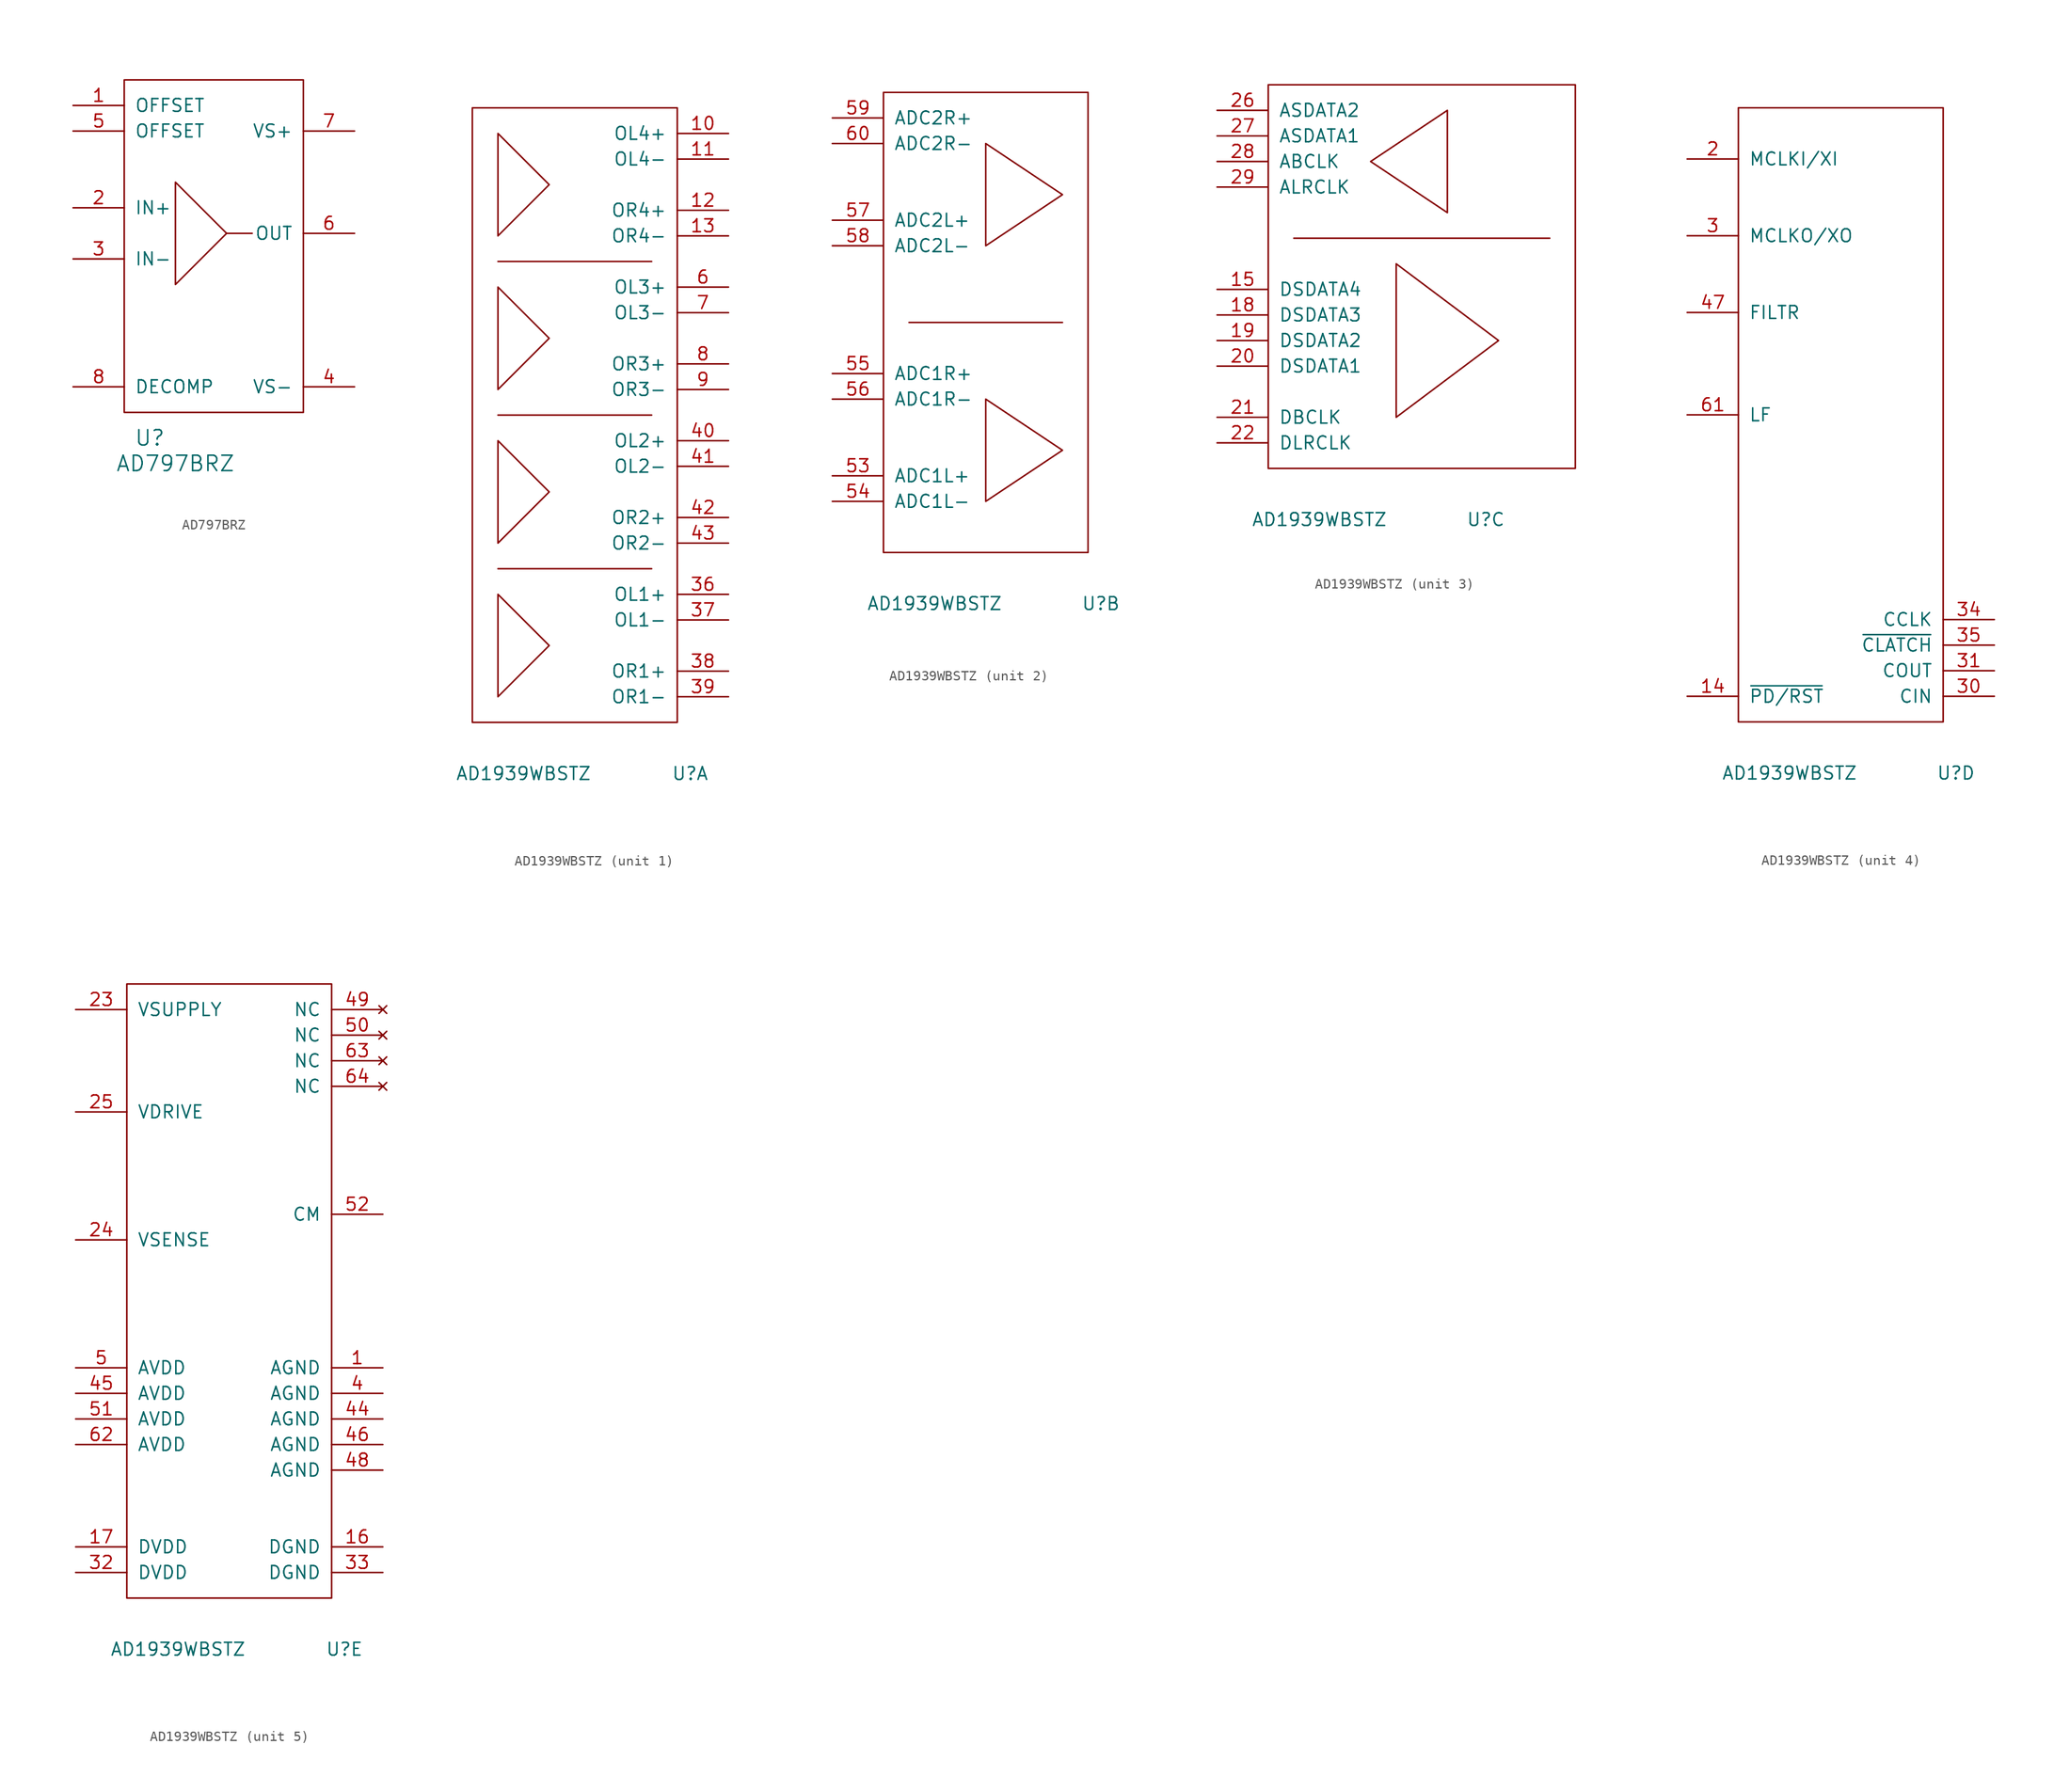
<source format=kicad_sym>
(kicad_symbol_lib
  (version 20220914)
  (generator kicad_symbol_editor)
  (symbol "AD797BRZ"
    (pin_names
      (offset 1.016))
    (property "Reference" "U"
      (at 2.54 -2.54 0)
      (effects (font (size 1.524 1.524))))
    (property "Value" "AD797BRZ"
      (at 5.08 -5.08 0)
      (effects (font (size 1.524 1.524))))
    (property "Footprint" ""
      (at 0 0 0)
      (effects (font (size 1.524 1.524))))
    (property "Datasheet" ""
      (at 0 0 0)
      (effects (font (size 1.524 1.524))))
    (symbol "AD797BRZ_0_1"
      (polyline (pts (xy 10.16 17.78) (xy 12.7 17.78)) (stroke (width 0) (type solid)) (fill (type none)))
      (polyline (pts (xy 10.16 17.78) (xy 5.08 22.86) (xy 5.08 12.7) (xy 10.16 17.78)) (stroke (width 0) (type solid)) (fill (type none))))
    (symbol "AD797BRZ_1_1"
      (rectangle (start 0 0) (end 17.78 33.02) (stroke (width 0) (type solid)) (fill (type none)))
      (pin input line (at -5.08 30.48 0) (length 5.08) (name "OFFSET" (effects (font (size 1.27 1.27)))) (number "1" (effects (font (size 1.27 1.27)))))
      (pin input line (at -5.08 20.32 0) (length 5.08) (name "IN+" (effects (font (size 1.27 1.27)))) (number "2" (effects (font (size 1.27 1.27)))))
      (pin input line (at -5.08 15.24 0) (length 5.08) (name "IN-" (effects (font (size 1.27 1.27)))) (number "3" (effects (font (size 1.27 1.27)))))
      (pin power_in line (at 22.86 2.54 180) (length 5.08) (name "VS-" (effects (font (size 1.27 1.27)))) (number "4" (effects (font (size 1.27 1.27)))))
      (pin input line (at -5.08 27.94 0) (length 5.08) (name "OFFSET" (effects (font (size 1.27 1.27)))) (number "5" (effects (font (size 1.27 1.27)))))
      (pin output line (at 22.86 17.78 180) (length 5.08) (name "OUT" (effects (font (size 1.27 1.27)))) (number "6" (effects (font (size 1.27 1.27)))))
      (pin power_in line (at 22.86 27.94 180) (length 5.08) (name "VS+" (effects (font (size 1.27 1.27)))) (number "7" (effects (font (size 1.27 1.27)))))
      (pin input line (at -5.08 2.54 0) (length 5.08) (name "DECOMP" (effects (font (size 1.27 1.27)))) (number "8" (effects (font (size 1.27 1.27)))))))
  (symbol "AD1939WBSTZ"
    (pin_names
      (offset 1.016))
    (property "Reference" "U"
      (at 21.59 -5.08 0)
      (effects (font (size 1.27 1.27))))
    (property "Value" "AD1939WBSTZ"
      (at 5.08 -5.08 0)
      (effects (font (size 1.27 1.27))))
    (property "ki_locked" ""
      (at 0 0 0)
      (effects (font (size 1.27 1.27))))
    (symbol "AD1939WBSTZ_1_1"
      (polyline (pts (xy 17.78 15.24) (xy 2.54 15.24)) (stroke (width 0) (type solid)) (fill (type none)))
      (polyline (pts (xy 17.78 30.48) (xy 2.54 30.48)) (stroke (width 0) (type solid)) (fill (type none)))
      (polyline (pts (xy 17.78 45.72) (xy 2.54 45.72)) (stroke (width 0) (type solid)) (fill (type none)))
      (polyline (pts (xy 7.62 7.62) (xy 2.54 12.7) (xy 2.54 2.54) (xy 7.62 7.62)) (stroke (width 0) (type solid)) (fill (type none)))
      (polyline (pts (xy 7.62 22.86) (xy 2.54 27.94) (xy 2.54 17.78) (xy 7.62 22.86)) (stroke (width 0) (type solid)) (fill (type none)))
      (polyline (pts (xy 7.62 38.1) (xy 2.54 43.18) (xy 2.54 33.02) (xy 7.62 38.1)) (stroke (width 0) (type solid)) (fill (type none)))
      (polyline (pts (xy 7.62 53.34) (xy 2.54 58.42) (xy 2.54 48.26) (xy 7.62 53.34)) (stroke (width 0) (type solid)) (fill (type none)))
      (rectangle (start 0 0) (end 20.32 60.96) (stroke (width 0) (type solid)) (fill (type none)))
      (pin output line (at 25.4 58.42 180) (length 5.08) (name "OL4+" (effects (font (size 1.27 1.27)))) (number "10" (effects (font (size 1.27 1.27)))))
      (pin output line (at 25.4 55.88 180) (length 5.08) (name "OL4-" (effects (font (size 1.27 1.27)))) (number "11" (effects (font (size 1.27 1.27)))))
      (pin output line (at 25.4 50.8 180) (length 5.08) (name "OR4+" (effects (font (size 1.27 1.27)))) (number "12" (effects (font (size 1.27 1.27)))))
      (pin output line (at 25.4 48.26 180) (length 5.08) (name "OR4-" (effects (font (size 1.27 1.27)))) (number "13" (effects (font (size 1.27 1.27)))))
      (pin output line (at 25.4 12.7 180) (length 5.08) (name "OL1+" (effects (font (size 1.27 1.27)))) (number "36" (effects (font (size 1.27 1.27)))))
      (pin output line (at 25.4 10.16 180) (length 5.08) (name "OL1-" (effects (font (size 1.27 1.27)))) (number "37" (effects (font (size 1.27 1.27)))))
      (pin output line (at 25.4 5.08 180) (length 5.08) (name "OR1+" (effects (font (size 1.27 1.27)))) (number "38" (effects (font (size 1.27 1.27)))))
      (pin output line (at 25.4 2.54 180) (length 5.08) (name "OR1-" (effects (font (size 1.27 1.27)))) (number "39" (effects (font (size 1.27 1.27)))))
      (pin output line (at 25.4 27.94 180) (length 5.08) (name "OL2+" (effects (font (size 1.27 1.27)))) (number "40" (effects (font (size 1.27 1.27)))))
      (pin output line (at 25.4 25.4 180) (length 5.08) (name "OL2-" (effects (font (size 1.27 1.27)))) (number "41" (effects (font (size 1.27 1.27)))))
      (pin output line (at 25.4 20.32 180) (length 5.08) (name "OR2+" (effects (font (size 1.27 1.27)))) (number "42" (effects (font (size 1.27 1.27)))))
      (pin output line (at 25.4 17.78 180) (length 5.08) (name "OR2-" (effects (font (size 1.27 1.27)))) (number "43" (effects (font (size 1.27 1.27)))))
      (pin output line (at 25.4 43.18 180) (length 5.08) (name "OL3+" (effects (font (size 1.27 1.27)))) (number "6" (effects (font (size 1.27 1.27)))))
      (pin output line (at 25.4 40.64 180) (length 5.08) (name "OL3-" (effects (font (size 1.27 1.27)))) (number "7" (effects (font (size 1.27 1.27)))))
      (pin output line (at 25.4 35.56 180) (length 5.08) (name "OR3+" (effects (font (size 1.27 1.27)))) (number "8" (effects (font (size 1.27 1.27)))))
      (pin output line (at 25.4 33.02 180) (length 5.08) (name "OR3-" (effects (font (size 1.27 1.27)))) (number "9" (effects (font (size 1.27 1.27))))))
    (symbol "AD1939WBSTZ_2_1"
      (polyline (pts (xy 2.54 22.86) (xy 17.78 22.86)) (stroke (width 0) (type solid)) (fill (type none)))
      (polyline (pts (xy 10.16 15.24) (xy 10.16 5.08) (xy 17.78 10.16) (xy 10.16 15.24)) (stroke (width 0) (type solid)) (fill (type none)))
      (polyline (pts (xy 10.16 40.64) (xy 10.16 30.48) (xy 17.78 35.56) (xy 10.16 40.64)) (stroke (width 0) (type solid)) (fill (type none)))
      (rectangle (start 0 0) (end 20.32 45.72) (stroke (width 0) (type solid)) (fill (type none)))
      (pin input line (at -5.08 7.62 0) (length 5.08) (name "ADC1L+" (effects (font (size 1.27 1.27)))) (number "53" (effects (font (size 1.27 1.27)))))
      (pin input line (at -5.08 5.08 0) (length 5.08) (name "ADC1L-" (effects (font (size 1.27 1.27)))) (number "54" (effects (font (size 1.27 1.27)))))
      (pin input line (at -5.08 17.78 0) (length 5.08) (name "ADC1R+" (effects (font (size 1.27 1.27)))) (number "55" (effects (font (size 1.27 1.27)))))
      (pin input line (at -5.08 15.24 0) (length 5.08) (name "ADC1R-" (effects (font (size 1.27 1.27)))) (number "56" (effects (font (size 1.27 1.27)))))
      (pin input line (at -5.08 33.02 0) (length 5.08) (name "ADC2L+" (effects (font (size 1.27 1.27)))) (number "57" (effects (font (size 1.27 1.27)))))
      (pin input line (at -5.08 30.48 0) (length 5.08) (name "ADC2L-" (effects (font (size 1.27 1.27)))) (number "58" (effects (font (size 1.27 1.27)))))
      (pin input line (at -5.08 43.18 0) (length 5.08) (name "ADC2R+" (effects (font (size 1.27 1.27)))) (number "59" (effects (font (size 1.27 1.27)))))
      (pin input line (at -5.08 40.64 0) (length 5.08) (name "ADC2R-" (effects (font (size 1.27 1.27)))) (number "60" (effects (font (size 1.27 1.27))))))
    (symbol "AD1939WBSTZ_3_1"
      (polyline (pts (xy 2.54 22.86) (xy 27.94 22.86)) (stroke (width 0) (type solid)) (fill (type none)))
      (polyline (pts (xy 12.7 5.08) (xy 12.7 20.32) (xy 22.86 12.7) (xy 12.7 5.08)) (stroke (width 0) (type solid)) (fill (type none)))
      (polyline (pts (xy 17.78 35.56) (xy 10.16 30.48) (xy 17.78 25.4) (xy 17.78 35.56)) (stroke (width 0) (type solid)) (fill (type none)))
      (rectangle (start 0 0) (end 30.48 38.1) (stroke (width 0) (type solid)) (fill (type none)))
      (pin input line (at -5.08 17.78 0) (length 5.08) (name "DSDATA4" (effects (font (size 1.27 1.27)))) (number "15" (effects (font (size 1.27 1.27)))))
      (pin input line (at -5.08 15.24 0) (length 5.08) (name "DSDATA3" (effects (font (size 1.27 1.27)))) (number "18" (effects (font (size 1.27 1.27)))))
      (pin input line (at -5.08 12.7 0) (length 5.08) (name "DSDATA2" (effects (font (size 1.27 1.27)))) (number "19" (effects (font (size 1.27 1.27)))))
      (pin input line (at -5.08 10.16 0) (length 5.08) (name "DSDATA1" (effects (font (size 1.27 1.27)))) (number "20" (effects (font (size 1.27 1.27)))))
      (pin input line (at -5.08 5.08 0) (length 5.08) (name "DBCLK" (effects (font (size 1.27 1.27)))) (number "21" (effects (font (size 1.27 1.27)))))
      (pin input line (at -5.08 2.54 0) (length 5.08) (name "DLRCLK" (effects (font (size 1.27 1.27)))) (number "22" (effects (font (size 1.27 1.27)))))
      (pin output line (at -5.08 35.56 0) (length 5.08) (name "ASDATA2" (effects (font (size 1.27 1.27)))) (number "26" (effects (font (size 1.27 1.27)))))
      (pin output line (at -5.08 33.02 0) (length 5.08) (name "ASDATA1" (effects (font (size 1.27 1.27)))) (number "27" (effects (font (size 1.27 1.27)))))
      (pin output line (at -5.08 30.48 0) (length 5.08) (name "ABCLK" (effects (font (size 1.27 1.27)))) (number "28" (effects (font (size 1.27 1.27)))))
      (pin output line (at -5.08 27.94 0) (length 5.08) (name "ALRCLK" (effects (font (size 1.27 1.27)))) (number "29" (effects (font (size 1.27 1.27))))))
    (symbol "AD1939WBSTZ_4_1"
      (rectangle (start 0 0) (end 20.32 60.96) (stroke (width 0) (type solid)) (fill (type none)))
      (pin input line (at -5.08 2.54 0) (length 5.08) (name "~{PD/RST}" (effects (font (size 1.27 1.27)))) (number "14" (effects (font (size 1.27 1.27)))))
      (pin input line (at -5.08 55.88 0) (length 5.08) (name "MCLKI/XI" (effects (font (size 1.27 1.27)))) (number "2" (effects (font (size 1.27 1.27)))))
      (pin output line (at -5.08 48.26 0) (length 5.08) (name "MCLKO/XO" (effects (font (size 1.27 1.27)))) (number "3" (effects (font (size 1.27 1.27)))))
      (pin input line (at 25.4 2.54 180) (length 5.08) (name "CIN" (effects (font (size 1.27 1.27)))) (number "30" (effects (font (size 1.27 1.27)))))
      (pin output line (at 25.4 5.08 180) (length 5.08) (name "COUT" (effects (font (size 1.27 1.27)))) (number "31" (effects (font (size 1.27 1.27)))))
      (pin input line (at 25.4 10.16 180) (length 5.08) (name "CCLK" (effects (font (size 1.27 1.27)))) (number "34" (effects (font (size 1.27 1.27)))))
      (pin input line (at 25.4 7.62 180) (length 5.08) (name "~{CLATCH}" (effects (font (size 1.27 1.27)))) (number "35" (effects (font (size 1.27 1.27)))))
      (pin passive line (at -5.08 40.64 0) (length 5.08) (name "FILTR" (effects (font (size 1.27 1.27)))) (number "47" (effects (font (size 1.27 1.27)))))
      (pin passive line (at -5.08 30.48 0) (length 5.08) (name "LF" (effects (font (size 1.27 1.27)))) (number "61" (effects (font (size 1.27 1.27))))))
    (symbol "AD1939WBSTZ_5_1"
      (rectangle (start 0 0) (end 20.32 60.96) (stroke (width 0) (type solid)) (fill (type none)))
      (pin power_in line (at 25.4 22.86 180) (length 5.08) (name "AGND" (effects (font (size 1.27 1.27)))) (number "1" (effects (font (size 1.27 1.27)))))
      (pin power_in line (at 25.4 5.08 180) (length 5.08) (name "DGND" (effects (font (size 1.27 1.27)))) (number "16" (effects (font (size 1.27 1.27)))))
      (pin power_in line (at -5.08 5.08 0) (length 5.08) (name "DVDD" (effects (font (size 1.27 1.27)))) (number "17" (effects (font (size 1.27 1.27)))))
      (pin power_in line (at -5.08 58.42 0) (length 5.08) (name "VSUPPLY" (effects (font (size 1.27 1.27)))) (number "23" (effects (font (size 1.27 1.27)))))
      (pin input line (at -5.08 35.56 0) (length 5.08) (name "VSENSE" (effects (font (size 1.27 1.27)))) (number "24" (effects (font (size 1.27 1.27)))))
      (pin output line (at -5.08 48.26 0) (length 5.08) (name "VDRIVE" (effects (font (size 1.27 1.27)))) (number "25" (effects (font (size 1.27 1.27)))))
      (pin power_in line (at -5.08 2.54 0) (length 5.08) (name "DVDD" (effects (font (size 1.27 1.27)))) (number "32" (effects (font (size 1.27 1.27)))))
      (pin power_in line (at 25.4 2.54 180) (length 5.08) (name "DGND" (effects (font (size 1.27 1.27)))) (number "33" (effects (font (size 1.27 1.27)))))
      (pin power_in line (at 25.4 20.32 180) (length 5.08) (name "AGND" (effects (font (size 1.27 1.27)))) (number "4" (effects (font (size 1.27 1.27)))))
      (pin power_in line (at 25.4 17.78 180) (length 5.08) (name "AGND" (effects (font (size 1.27 1.27)))) (number "44" (effects (font (size 1.27 1.27)))))
      (pin power_in line (at -5.08 20.32 0) (length 5.08) (name "AVDD" (effects (font (size 1.27 1.27)))) (number "45" (effects (font (size 1.27 1.27)))))
      (pin power_in line (at 25.4 15.24 180) (length 5.08) (name "AGND" (effects (font (size 1.27 1.27)))) (number "46" (effects (font (size 1.27 1.27)))))
      (pin power_in line (at 25.4 12.7 180) (length 5.08) (name "AGND" (effects (font (size 1.27 1.27)))) (number "48" (effects (font (size 1.27 1.27)))))
      (pin no_connect line (at 25.4 58.42 180) (length 5.08) (name "NC" (effects (font (size 1.27 1.27)))) (number "49" (effects (font (size 1.27 1.27)))))
      (pin power_in line (at -5.08 22.86 0) (length 5.08) (name "AVDD" (effects (font (size 1.27 1.27)))) (number "5" (effects (font (size 1.27 1.27)))))
      (pin no_connect line (at 25.4 55.88 180) (length 5.08) (name "NC" (effects (font (size 1.27 1.27)))) (number "50" (effects (font (size 1.27 1.27)))))
      (pin power_in line (at -5.08 17.78 0) (length 5.08) (name "AVDD" (effects (font (size 1.27 1.27)))) (number "51" (effects (font (size 1.27 1.27)))))
      (pin power_out line (at 25.4 38.1 180) (length 5.08) (name "CM" (effects (font (size 1.27 1.27)))) (number "52" (effects (font (size 1.27 1.27)))))
      (pin power_in line (at -5.08 15.24 0) (length 5.08) (name "AVDD" (effects (font (size 1.27 1.27)))) (number "62" (effects (font (size 1.27 1.27)))))
      (pin no_connect line (at 25.4 53.34 180) (length 5.08) (name "NC" (effects (font (size 1.27 1.27)))) (number "63" (effects (font (size 1.27 1.27)))))
      (pin no_connect line (at 25.4 50.8 180) (length 5.08) (name "NC" (effects (font (size 1.27 1.27)))) (number "64" (effects (font (size 1.27 1.27))))))))
</source>
